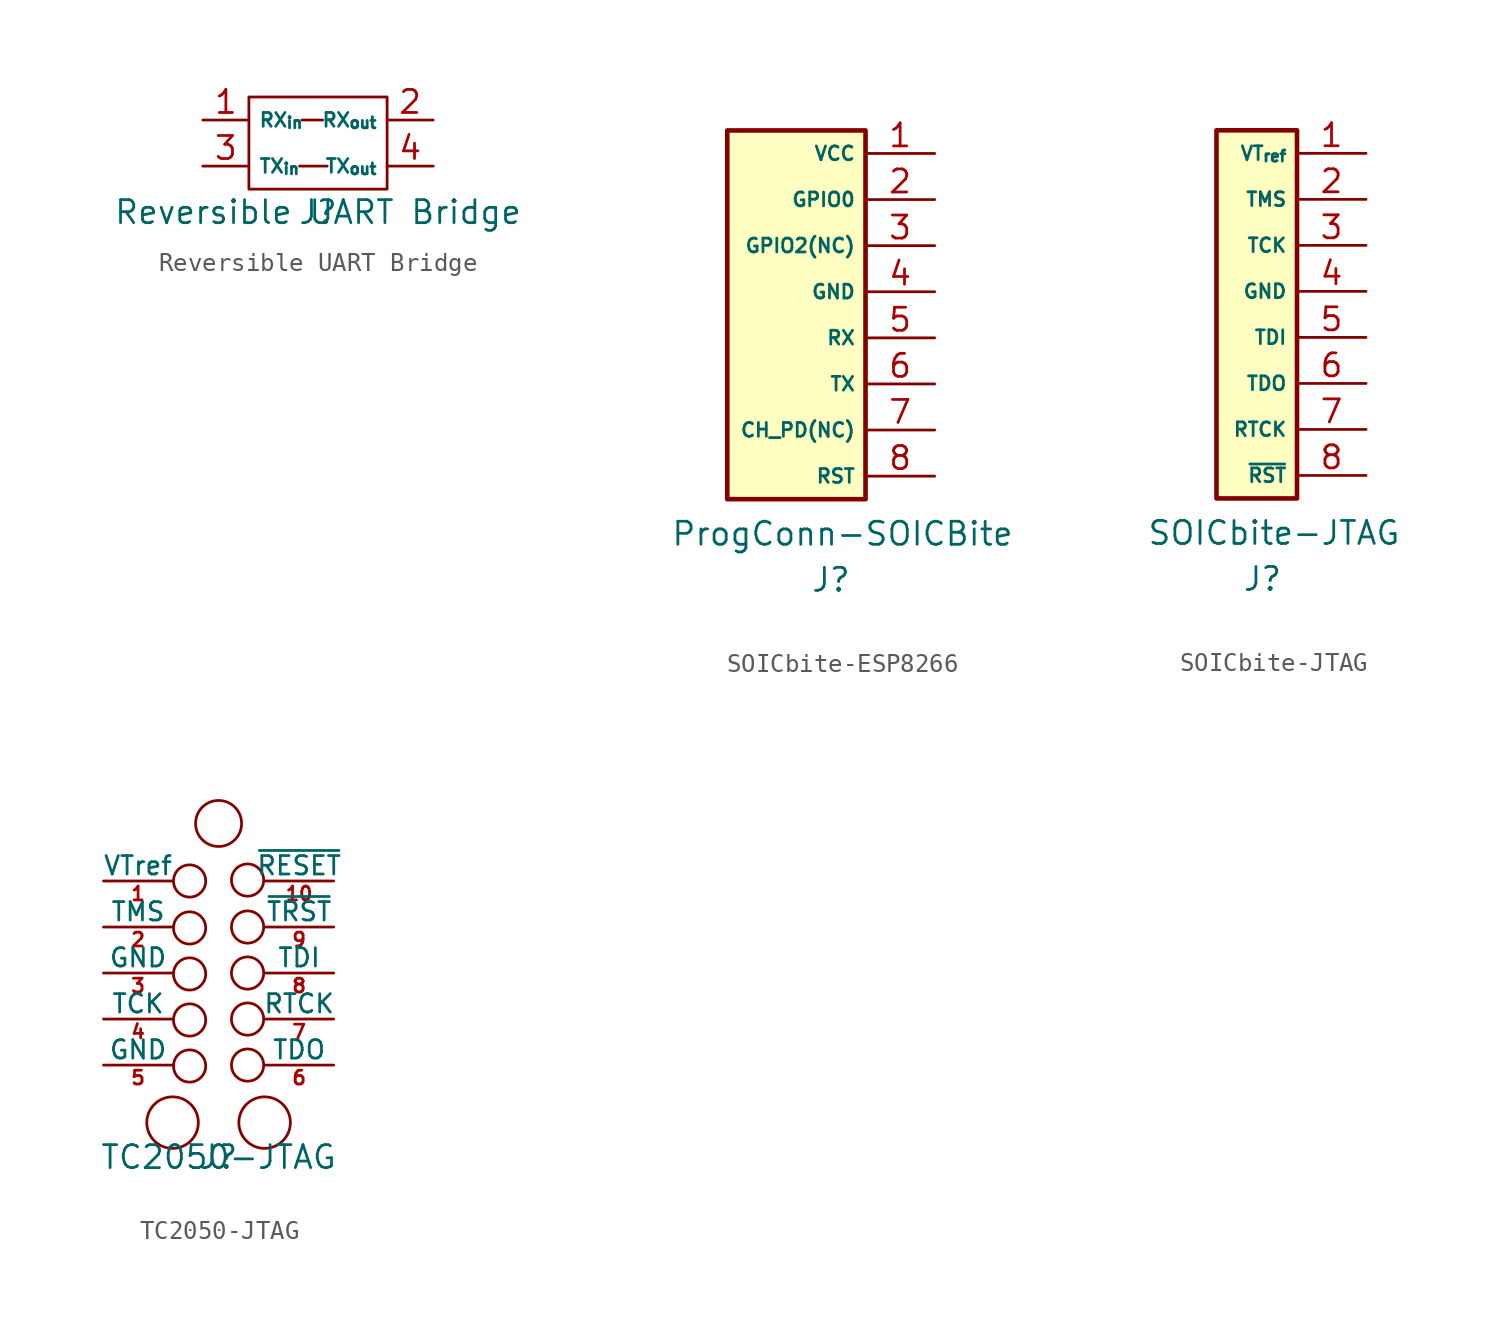
<source format=kicad_sym>
(kicad_symbol_lib
  (version 20231120)
  (generator "kicad_symbol_editor")
  (generator_version "8.0")
  (symbol "Reversible UART Bridge"
    (property "Reference" "J"
      (at 0 0 0)
      (effects (font (size 1.27 1.27))))
    (property "Value" "Reversible UART Bridge"
      (at 0 0 0)
      (effects (font (size 1.27 1.27))))
    (symbol "Reversible UART Bridge_0_0"
      (pin unspecified line (at -6.35 5.08 0) (length 2.54) (name "RX_{in}" (effects (font (size 0.762 0.762)))) (number "1" (effects (font (size 1.27 1.27)))))
      (pin unspecified line (at 6.35 5.08 180) (length 2.54) (name "RX_{out}" (effects (font (size 0.762 0.762)))) (number "2" (effects (font (size 1.27 1.27)))))
      (pin unspecified line (at 6.35 2.54 180) (length 2.54) (name "TX_{out}" (effects (font (size 0.762 0.762)))) (number "4" (effects (font (size 1.27 1.27))))))
    (symbol "Reversible UART Bridge_0_1"
      (rectangle (start -3.81 6.35) (end 3.81 1.27) (stroke (width 0) (type default)) (fill (type none)))
      (polyline (pts (xy -1.016 2.54) (xy 0.508 2.54)) (stroke (width 0) (type default)) (fill (type none)))
      (polyline (pts (xy -0.889 5.08) (xy 0.254 5.08)) (stroke (width 0) (type default)) (fill (type none))))
    (symbol "Reversible UART Bridge_1_0"
      (pin unspecified line (at -6.35 2.54 0) (length 2.54) (name "TX_{in}" (effects (font (size 0.762 0.762)))) (number "3" (effects (font (size 1.27 1.27)))))))
  (symbol "SOICbite-ESP8266"
    (property "Reference" "J"
      (at -8.255 -1.905 0)
      (effects (font (size 1.27 1.27))))
    (property "Value" "ProgConn-SOICBite"
      (at -7.62 0.635 0)
      (effects (font (size 1.27 1.27))))
    (symbol "SOICbite-ESP8266_1_1"
      (rectangle (start -13.97 22.86) (end -6.35 2.54) (stroke (width 0.254) (type default)) (fill (type background)))
      (pin passive line (at -2.54 21.59 180) (length 3.81) (name "VCC" (effects (font (size 0.762 0.762)))) (number "1" (effects (font (size 1.27 1.27)))))
      (pin passive line (at -2.54 19.05 180) (length 3.81) (name "GPIO0" (effects (font (size 0.762 0.762)))) (number "2" (effects (font (size 1.27 1.27)))))
      (pin passive line (at -2.54 16.51 180) (length 3.81) (name "GPIO2(NC)" (effects (font (size 0.762 0.762)))) (number "3" (effects (font (size 1.27 1.27)))))
      (pin passive line (at -2.54 13.97 180) (length 3.81) (name "GND" (effects (font (size 0.762 0.762)))) (number "4" (effects (font (size 1.27 1.27)))))
      (pin passive line (at -2.54 11.43 180) (length 3.81) (name "RX" (effects (font (size 0.762 0.762)))) (number "5" (effects (font (size 1.27 1.27)))))
      (pin passive line (at -2.54 8.89 180) (length 3.81) (name "TX" (effects (font (size 0.762 0.762)))) (number "6" (effects (font (size 1.27 1.27)))))
      (pin passive line (at -2.54 6.35 180) (length 3.81) (name "CH_PD(NC)" (effects (font (size 0.762 0.762)))) (number "7" (effects (font (size 1.27 1.27)))))
      (pin passive line (at -2.54 3.81 180) (length 3.81) (name "RST" (effects (font (size 0.762 0.762)))) (number "8" (effects (font (size 1.27 1.27)))))))
  (symbol "SOICbite-JTAG"
    (property "Reference" "J"
      (at -8.255 -1.905 0)
      (effects (font (size 1.27 1.27))))
    (property "Value" "SOICbite-JTAG"
      (at -7.62 0.635 0)
      (effects (font (size 1.27 1.27))))
    (symbol "SOICbite-JTAG_1_1"
      (rectangle (start -10.795 22.86) (end -6.35 2.54) (stroke (width 0.254) (type default)) (fill (type background)))
      (pin passive line (at -2.54 21.59 180) (length 3.81) (name "VT_{ref}" (effects (font (size 0.762 0.762)))) (number "1" (effects (font (size 1.27 1.27)))))
      (pin passive line (at -2.54 19.05 180) (length 3.81) (name "TMS" (effects (font (size 0.762 0.762)))) (number "2" (effects (font (size 1.27 1.27)))))
      (pin passive line (at -2.54 16.51 180) (length 3.81) (name "TCK" (effects (font (size 0.762 0.762)))) (number "3" (effects (font (size 1.27 1.27)))))
      (pin passive line (at -2.54 13.97 180) (length 3.81) (name "GND" (effects (font (size 0.762 0.762)))) (number "4" (effects (font (size 1.27 1.27)))))
      (pin passive line (at -2.54 11.43 180) (length 3.81) (name "TDI" (effects (font (size 0.762 0.762)))) (number "5" (effects (font (size 1.27 1.27)))))
      (pin passive line (at -2.54 8.89 180) (length 3.81) (name "TDO" (effects (font (size 0.762 0.762)))) (number "6" (effects (font (size 1.27 1.27)))))
      (pin passive line (at -2.54 6.35 180) (length 3.81) (name "RTCK" (effects (font (size 0.762 0.762)))) (number "7" (effects (font (size 1.27 1.27)))))
      (pin passive line (at -2.54 3.81 180) (length 3.81) (name "~{RST}" (effects (font (size 0.762 0.762)))) (number "8" (effects (font (size 1.27 1.27)))))))
  (symbol "TC2050-JTAG"
    (pin_names
      (offset 0))
    (property "Reference" "J"
      (at 0 0 0)
      (effects (font (size 1.27 1.27))))
    (property "Value" "TC2050-JTAG"
      (at 0 0 0)
      (effects (font (size 1.27 1.27))))
    (symbol "TC2050-JTAG_0_1"
      (circle (center -2.54 1.905) (radius 1.422) (stroke (width 0) (type default)) (fill (type none)))
      (circle (center -1.6 15.24) (radius 0.889) (stroke (width 0) (type default)) (fill (type none)))
      (circle (center 0 18.415) (radius 1.27) (stroke (width 0) (type default)) (fill (type none))))
    (symbol "TC2050-JTAG_1_1"
      (circle (center -1.6 5.029) (radius 0.889) (stroke (width 0) (type default)) (fill (type none)))
      (circle (center -1.6 7.569) (radius 0.889) (stroke (width 0) (type default)) (fill (type none)))
      (circle (center -1.6 10.109) (radius 0.889) (stroke (width 0) (type default)) (fill (type none)))
      (circle (center -1.6 12.649) (radius 0.889) (stroke (width 0) (type default)) (fill (type none)))
      (circle (center 1.6 5.08) (radius 0.889) (stroke (width 0) (type default)) (fill (type none)))
      (circle (center 1.6 7.62) (radius 0.889) (stroke (width 0) (type default)) (fill (type none)))
      (circle (center 1.6 10.16) (radius 0.889) (stroke (width 0) (type default)) (fill (type none)))
      (circle (center 1.6 12.7) (radius 0.889) (stroke (width 0) (type default)) (fill (type none)))
      (circle (center 1.6 15.291) (radius 0.889) (stroke (width 0) (type default)) (fill (type none)))
      (circle (center 2.54 1.905) (radius 1.422) (stroke (width 0) (type default)) (fill (type none)))
      (pin passive line (at -6.35 15.24 0) (length 3.81) (name "VTref" (effects (font (size 1.016 1.016)))) (number "1" (effects (font (size 0.762 0.762)))))
      (pin passive line (at 6.35 15.24 180) (length 3.81) (name "~{RESET}" (effects (font (size 1.016 1.016)))) (number "10" (effects (font (size 0.762 0.762)))))
      (pin passive line (at -6.35 12.7 0) (length 3.81) (name "TMS" (effects (font (size 1.016 1.016)))) (number "2" (effects (font (size 0.762 0.762)))))
      (pin passive line (at -6.35 10.16 0) (length 3.81) (name "GND" (effects (font (size 1.016 1.016)))) (number "3" (effects (font (size 0.762 0.762)))))
      (pin passive line (at -6.35 7.62 0) (length 3.81) (name "TCK" (effects (font (size 1.016 1.016)))) (number "4" (effects (font (size 0.762 0.762)))))
      (pin passive line (at -6.35 5.08 0) (length 3.81) (name "GND" (effects (font (size 1.016 1.016)))) (number "5" (effects (font (size 0.762 0.762)))))
      (pin passive line (at 6.35 5.08 180) (length 3.81) (name "TDO" (effects (font (size 1.016 1.016)))) (number "6" (effects (font (size 0.762 0.762)))))
      (pin passive line (at 6.35 7.62 180) (length 3.81) (name "RTCK" (effects (font (size 1.016 1.016)))) (number "7" (effects (font (size 0.762 0.762)))))
      (pin passive line (at 6.35 10.16 180) (length 3.81) (name "TDI" (effects (font (size 1.016 1.016)))) (number "8" (effects (font (size 0.762 0.762)))))
      (pin passive line (at 6.35 12.7 180) (length 3.81) (name "~{TRST}" (effects (font (size 1.016 1.016)))) (number "9" (effects (font (size 0.762 0.762))))))))
</source>
